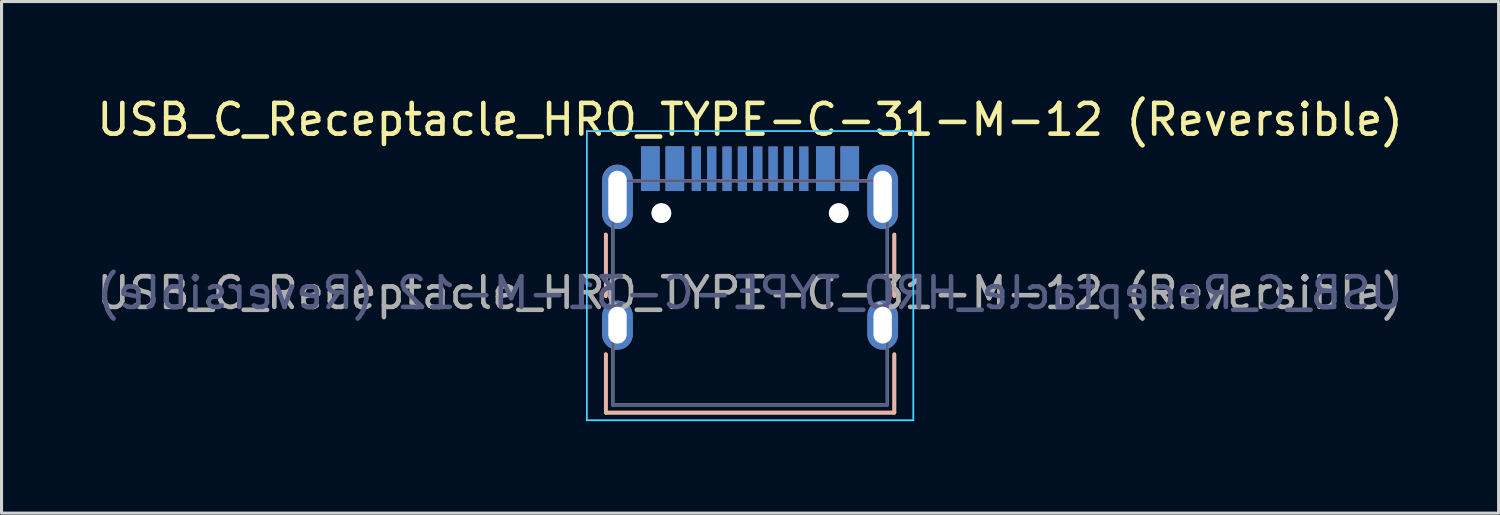
<source format=kicad_pcb>
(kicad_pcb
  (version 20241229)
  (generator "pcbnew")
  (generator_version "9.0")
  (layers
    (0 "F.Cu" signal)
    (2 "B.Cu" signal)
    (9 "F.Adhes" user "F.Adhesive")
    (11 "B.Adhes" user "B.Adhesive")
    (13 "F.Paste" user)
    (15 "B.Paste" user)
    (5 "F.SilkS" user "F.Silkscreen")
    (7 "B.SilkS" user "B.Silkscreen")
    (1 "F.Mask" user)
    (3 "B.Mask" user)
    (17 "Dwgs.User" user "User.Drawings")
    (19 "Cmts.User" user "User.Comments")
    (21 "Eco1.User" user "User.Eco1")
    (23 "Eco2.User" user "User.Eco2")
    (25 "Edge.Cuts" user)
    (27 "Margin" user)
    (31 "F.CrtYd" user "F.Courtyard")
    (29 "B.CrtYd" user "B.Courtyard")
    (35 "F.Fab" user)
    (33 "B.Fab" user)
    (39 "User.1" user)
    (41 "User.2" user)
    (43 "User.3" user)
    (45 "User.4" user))
  (footprint "USB_C_Receptacle_HRO_TYPE-C-31-M-12 (Reversible)"
    (layer "F.Cu")
    (at 21.387 6.493)
    (property "Reference" "USB_C_Receptacle_HRO_TYPE-C-31-M-12 (Reversible)" (at 0 -5.645 0) (layer "F.SilkS") (effects (font (size 1 1) (thickness 0.15))))
    (attr smd)
    (fp_line (start -4.7 -1.9) (end -4.7 0.1) (stroke (width 0.12) (type solid)) (layer "F.SilkS"))
    (fp_line (start -4.7 2) (end -4.7 3.9) (stroke (width 0.12) (type solid)) (layer "F.SilkS"))
    (fp_line (start -4.7 3.9) (end 4.7 3.9) (stroke (width 0.12) (type solid)) (layer "F.SilkS"))
    (fp_line (start 4.7 -1.9) (end 4.7 0.1) (stroke (width 0.12) (type solid)) (layer "F.SilkS"))
    (fp_line (start 4.7 2) (end 4.7 3.9) (stroke (width 0.12) (type solid)) (layer "F.SilkS"))
    (fp_line (start -4.7 -1.9) (end -4.7 0.1) (stroke (width 0.12) (type solid)) (layer "B.SilkS"))
    (fp_line (start -4.7 2) (end -4.7 3.9) (stroke (width 0.12) (type solid)) (layer "B.SilkS"))
    (fp_line (start 4.7 -1.9) (end 4.7 0.1) (stroke (width 0.12) (type solid)) (layer "B.SilkS"))
    (fp_line (start 4.7 2) (end 4.7 3.9) (stroke (width 0.12) (type solid)) (layer "B.SilkS"))
    (fp_line (start 4.7 3.9) (end -4.7 3.9) (stroke (width 0.12) (type solid)) (layer "B.SilkS"))
    (fp_line (start -5.32 -5.27) (end -5.32 4.15) (stroke (width 0.05) (type solid)) (layer "B.CrtYd"))
    (fp_line (start 5.32 -5.27) (end -5.32 -5.27) (stroke (width 0.05) (type solid)) (layer "B.CrtYd"))
    (fp_line (start 5.32 -5.27) (end 5.32 4.15) (stroke (width 0.05) (type solid)) (layer "B.CrtYd"))
    (fp_line (start 5.32 4.15) (end -5.32 4.15) (stroke (width 0.05) (type solid)) (layer "B.CrtYd"))
    (fp_line (start -5.32 -5.27) (end -5.32 4.15) (stroke (width 0.05) (type solid)) (layer "F.CrtYd"))
    (fp_line (start -5.32 -5.27) (end 5.32 -5.27) (stroke (width 0.05) (type solid)) (layer "F.CrtYd"))
    (fp_line (start -5.32 4.15) (end 5.32 4.15) (stroke (width 0.05) (type solid)) (layer "F.CrtYd"))
    (fp_line (start 5.32 -5.27) (end 5.32 4.15) (stroke (width 0.05) (type solid)) (layer "F.CrtYd"))
    (fp_line (start -4.47 -3.65) (end -4.47 3.65) (stroke (width 0.1) (type solid)) (layer "B.Fab"))
    (fp_line (start 4.47 -3.65) (end -4.47 -3.65) (stroke (width 0.1) (type solid)) (layer "B.Fab"))
    (fp_line (start 4.47 -3.65) (end 4.47 3.65) (stroke (width 0.1) (type solid)) (layer "B.Fab"))
    (fp_line (start 4.47 3.65) (end -4.47 3.65) (stroke (width 0.1) (type solid)) (layer "B.Fab"))
    (fp_line (start -4.47 -3.65) (end -4.47 3.65) (stroke (width 0.1) (type solid)) (layer "F.Fab"))
    (fp_line (start -4.47 -3.65) (end 4.47 -3.65) (stroke (width 0.1) (type solid)) (layer "F.Fab"))
    (fp_line (start -4.47 3.65) (end 4.47 3.65) (stroke (width 0.1) (type solid)) (layer "F.Fab"))
    (fp_line (start 4.47 -3.65) (end 4.47 3.65) (stroke (width 0.1) (type solid)) (layer "F.Fab"))
    (fp_text user "${REFERENCE}" (at 0 0 0) (layer "B.Fab") (effects (font (size 1 1) (thickness 0.15)) (justify mirror)))
    (fp_text user "${REFERENCE}" (at 0 0 0) (layer "F.Fab") (effects (font (size 1 1) (thickness 0.15))))
    (pad "" np_thru_hole circle (at -2.89 -2.6) (size 0.65 0.65) (drill 0.65) (layers "*.Cu" "*.Mask"))
    (pad "" np_thru_hole circle (at 2.89 -2.6) (size 0.65 0.65) (drill 0.65) (layers "*.Cu" "*.Mask"))
    (pad "A1" smd rect (at -3.25 -4.045) (size 0.6 1.45) (layers "F.Cu" "F.Mask" "F.Paste"))
    (pad "A1" smd rect (at 3.25 -4.045) (size 0.6 1.45) (layers "B.Cu" "B.Mask" "B.Paste"))
    (pad "A4" smd rect (at -2.45 -4.045) (size 0.6 1.45) (layers "F.Cu" "F.Mask" "F.Paste"))
    (pad "A4" smd rect (at 2.45 -4.045) (size 0.6 1.45) (layers "B.Cu" "B.Mask" "B.Paste"))
    (pad "A5" smd rect (at -1.75 -4.045) (size 0.3 1.45) (layers "B.Cu" "B.Mask" "B.Paste"))
    (pad "A5" smd rect (at -1.25 -4.045) (size 0.3 1.45) (layers "F.Cu" "F.Mask" "F.Paste"))
    (pad "A6" smd rect (at -0.25 -4.045) (size 0.3 1.45) (layers "F.Cu" "F.Mask" "F.Paste"))
    (pad "A6" smd rect (at 0.25 -4.045) (size 0.3 1.45) (layers "B.Cu" "B.Mask" "B.Paste"))
    (pad "A7" smd rect (at -0.25 -4.045) (size 0.3 1.45) (layers "B.Cu" "B.Mask" "B.Paste"))
    (pad "A7" smd rect (at 0.25 -4.045) (size 0.3 1.45) (layers "F.Cu" "F.Mask" "F.Paste"))
    (pad "A8" smd rect (at -1.25 -4.045) (size 0.3 1.45) (layers "B.Cu" "B.Mask" "B.Paste"))
    (pad "A8" smd rect (at 1.25 -4.045) (size 0.3 1.45) (layers "F.Cu" "F.Mask" "F.Paste"))
    (pad "A9" smd rect (at -2.45 -4.045) (size 0.6 1.45) (layers "B.Cu" "B.Mask" "B.Paste"))
    (pad "A9" smd rect (at 2.45 -4.045) (size 0.6 1.45) (layers "F.Cu" "F.Mask" "F.Paste"))
    (pad "A12" smd rect (at -3.25 -4.045) (size 0.6 1.45) (layers "B.Cu" "B.Mask" "B.Paste"))
    (pad "A12" smd rect (at 3.25 -4.045) (size 0.6 1.45) (layers "F.Cu" "F.Mask" "F.Paste"))
    (pad "B1" smd rect (at -3.25 -4.045) (size 0.6 1.45) (layers "B.Cu" "B.Mask" "B.Paste"))
    (pad "B1" smd rect (at 3.25 -4.045) (size 0.6 1.45) (layers "F.Cu" "F.Mask" "F.Paste"))
    (pad "B4" smd rect (at -2.45 -4.045) (size 0.6 1.45) (layers "B.Cu" "B.Mask" "B.Paste"))
    (pad "B4" smd rect (at 2.45 -4.045) (size 0.6 1.45) (layers "F.Cu" "F.Mask" "F.Paste"))
    (pad "B5" smd rect (at 1.25 -4.045) (size 0.3 1.45) (layers "B.Cu" "B.Mask" "B.Paste"))
    (pad "B5" smd rect (at 1.75 -4.045) (size 0.3 1.45) (layers "F.Cu" "F.Mask" "F.Paste"))
    (pad "B6" smd rect (at -0.75 -4.045) (size 0.3 1.45) (layers "B.Cu" "B.Mask" "B.Paste"))
    (pad "B6" smd rect (at 0.75 -4.045) (size 0.3 1.45) (layers "F.Cu" "F.Mask" "F.Paste"))
    (pad "B7" smd rect (at -0.75 -4.045) (size 0.3 1.45) (layers "F.Cu" "F.Mask" "F.Paste"))
    (pad "B7" smd rect (at 0.75 -4.045) (size 0.3 1.45) (layers "B.Cu" "B.Mask" "B.Paste"))
    (pad "B8" smd rect (at -1.75 -4.045) (size 0.3 1.45) (layers "F.Cu" "F.Mask" "F.Paste"))
    (pad "B8" smd rect (at 1.75 -4.045) (size 0.3 1.45) (layers "B.Cu" "B.Mask" "B.Paste"))
    (pad "B9" smd rect (at -2.45 -4.045) (size 0.6 1.45) (layers "F.Cu" "F.Mask" "F.Paste"))
    (pad "B9" smd rect (at 2.45 -4.045) (size 0.6 1.45) (layers "B.Cu" "B.Mask" "B.Paste"))
    (pad "B12" smd rect (at -3.25 -4.045) (size 0.6 1.45) (layers "F.Cu" "F.Mask" "F.Paste"))
    (pad "B12" smd rect (at 3.25 -4.045) (size 0.6 1.45) (layers "B.Cu" "B.Mask" "B.Paste"))
    (pad "S1" thru_hole oval (at -4.32 -3.13) (size 1 2.1) (drill oval 0.6 1.7) (layers "*.Cu" "*.Mask"))
    (pad "S1" thru_hole oval (at -4.32 1.05) (size 1 1.6) (drill oval 0.6 1.2) (layers "*.Cu" "*.Mask"))
    (pad "S1" thru_hole oval (at 4.32 -3.13) (size 1 2.1) (drill oval 0.6 1.7) (layers "*.Cu" "*.Mask"))
    (pad "S1" thru_hole oval (at 4.32 1.05) (size 1 1.6) (drill oval 0.6 1.2) (layers "*.Cu" "*.Mask")))
  (gr_rect
    (start -3 -3)
    (end 45.774 13.668)
    (stroke (width 0.1) (type default))
    (fill no)
    (layer "Edge.Cuts")))
</source>
